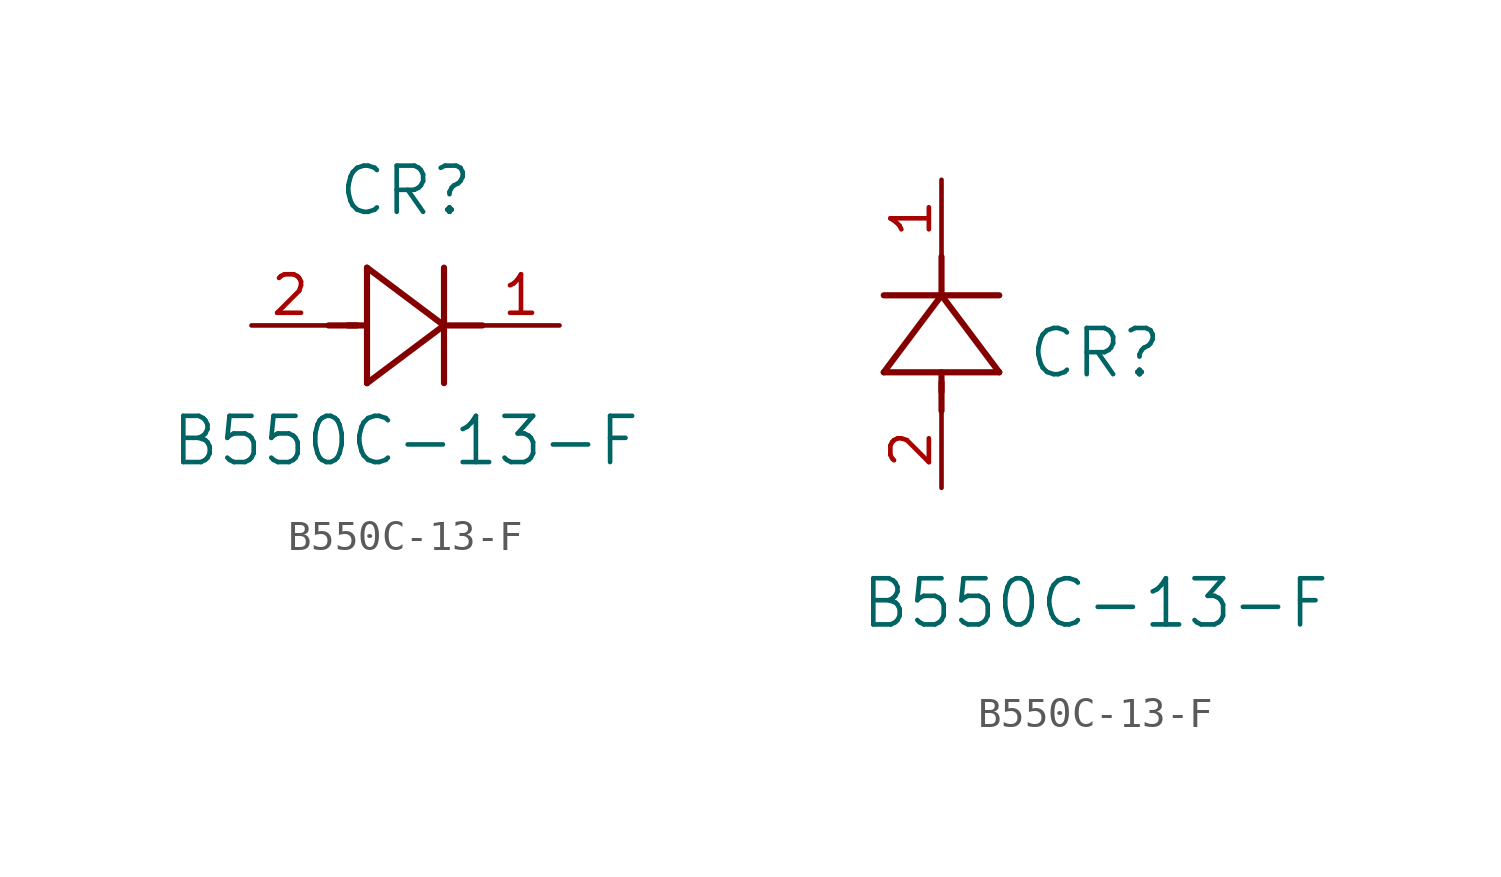
<source format=kicad_sym>
(kicad_symbol_lib
  (version 20211014)
  (generator kicad_symbol_editor)
  (symbol "B550C-13-F"
    (pin_names
      (offset 0.254))
    (property "Reference" "CR"
      (at 5.08 4.445 0)
      (effects (font (size 1.524 1.524))))
    (property "Value" "B550C-13-F"
      (at 5.08 -3.81 0)
      (effects (font (size 1.524 1.524))))
    (symbol "B550C-13-F_1_1"
      (polyline (pts (xy 2.54 0) (xy 3.48 0)) (stroke (width 0.203) (type default) (color 0 0 0 0)) (fill (type none)))
      (polyline (pts (xy 3.81 1.905) (xy 3.81 -1.905)) (stroke (width 0.203) (type default) (color 0 0 0 0)) (fill (type none)))
      (polyline (pts (xy 3.175 0) (xy 3.81 0)) (stroke (width 0.203) (type default) (color 0 0 0 0)) (fill (type none)))
      (polyline (pts (xy 6.35 -1.905) (xy 6.35 1.905)) (stroke (width 0.203) (type default) (color 0 0 0 0)) (fill (type none)))
      (polyline (pts (xy 6.35 0) (xy 7.62 0)) (stroke (width 0.203) (type default) (color 0 0 0 0)) (fill (type none)))
      (polyline (pts (xy 6.35 0) (xy 3.81 1.905)) (stroke (width 0.203) (type default) (color 0 0 0 0)) (fill (type none)))
      (polyline (pts (xy 3.81 -1.905) (xy 6.35 0)) (stroke (width 0.203) (type default) (color 0 0 0 0)) (fill (type none)))
      (pin unspecified line (at 0 0 0) (length 2.54) (name "" (effects (font (size 1.27 1.27)))) (number "2" (effects (font (size 1.27 1.27)))))
      (pin unspecified line (at 10.16 0 180) (length 2.54) (name "" (effects (font (size 1.27 1.27)))) (number "1" (effects (font (size 1.27 1.27))))))
    (symbol "B550C-13-F_1_2"
      (polyline (pts (xy 0 2.54) (xy 0 3.48)) (stroke (width 0.203) (type default) (color 0 0 0 0)) (fill (type none)))
      (polyline (pts (xy -1.905 3.81) (xy 1.905 3.81)) (stroke (width 0.203) (type default) (color 0 0 0 0)) (fill (type none)))
      (polyline (pts (xy 0 3.175) (xy 0 3.81)) (stroke (width 0.203) (type default) (color 0 0 0 0)) (fill (type none)))
      (polyline (pts (xy 1.905 6.35) (xy -1.905 6.35)) (stroke (width 0.203) (type default) (color 0 0 0 0)) (fill (type none)))
      (polyline (pts (xy 0 6.35) (xy 0 7.62)) (stroke (width 0.203) (type default) (color 0 0 0 0)) (fill (type none)))
      (polyline (pts (xy 0 6.35) (xy -1.905 3.81)) (stroke (width 0.203) (type default) (color 0 0 0 0)) (fill (type none)))
      (polyline (pts (xy 1.905 3.81) (xy 0 6.35)) (stroke (width 0.203) (type default) (color 0 0 0 0)) (fill (type none)))
      (pin unspecified line (at 0 0 90) (length 2.54) (name "" (effects (font (size 1.27 1.27)))) (number "2" (effects (font (size 1.27 1.27)))))
      (pin unspecified line (at 0 10.16 270) (length 2.54) (name "" (effects (font (size 1.27 1.27)))) (number "1" (effects (font (size 1.27 1.27))))))))
</source>
